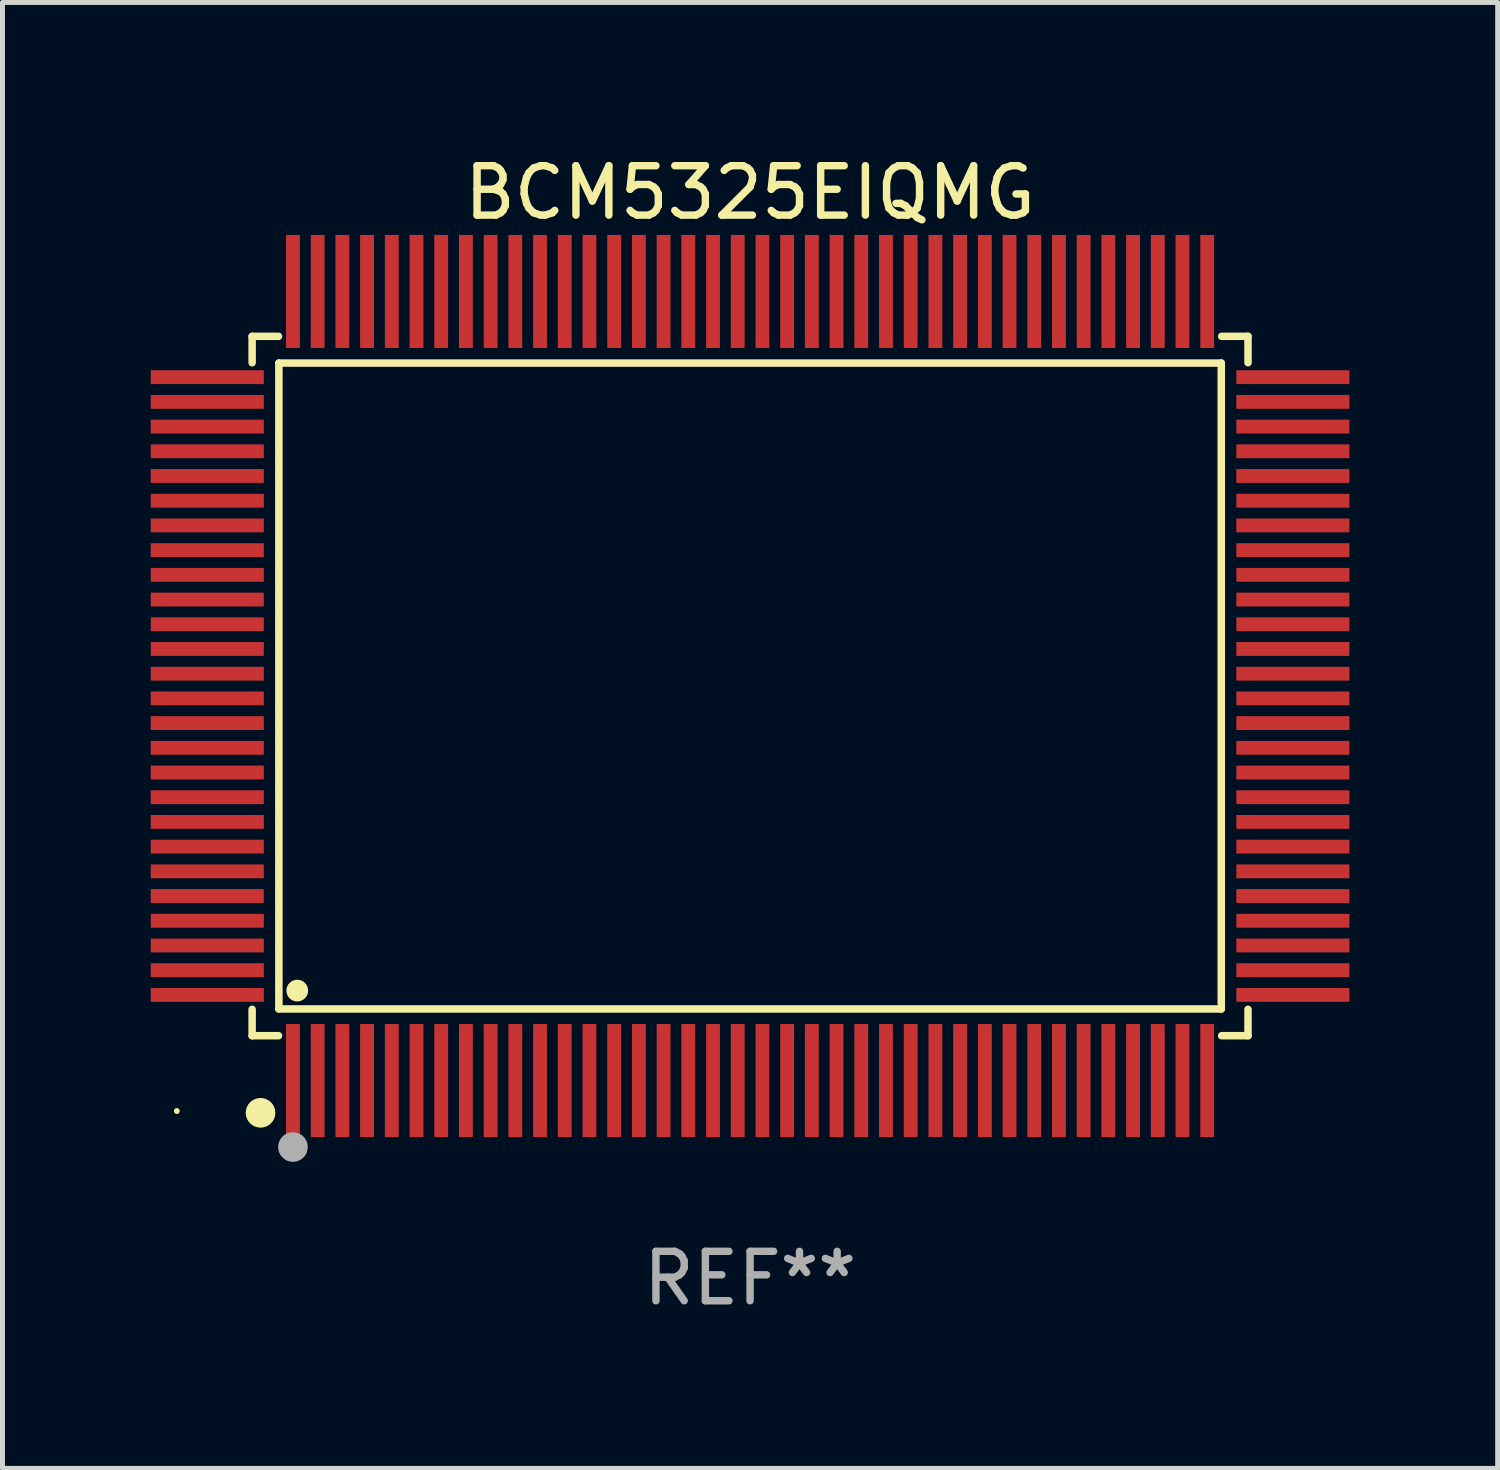
<source format=kicad_pcb>
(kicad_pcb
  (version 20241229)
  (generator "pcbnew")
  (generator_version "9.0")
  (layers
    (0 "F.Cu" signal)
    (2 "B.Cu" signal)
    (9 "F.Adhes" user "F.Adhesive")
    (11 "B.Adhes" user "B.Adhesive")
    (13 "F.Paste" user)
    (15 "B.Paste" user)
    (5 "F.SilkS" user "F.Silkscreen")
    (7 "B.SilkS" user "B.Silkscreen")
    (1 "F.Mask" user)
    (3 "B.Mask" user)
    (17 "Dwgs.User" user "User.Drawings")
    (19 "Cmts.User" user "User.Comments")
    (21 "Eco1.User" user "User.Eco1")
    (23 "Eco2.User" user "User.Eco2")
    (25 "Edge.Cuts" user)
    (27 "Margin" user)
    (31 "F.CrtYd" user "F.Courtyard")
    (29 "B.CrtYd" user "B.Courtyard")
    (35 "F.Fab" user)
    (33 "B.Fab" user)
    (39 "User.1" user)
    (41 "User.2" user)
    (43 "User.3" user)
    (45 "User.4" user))
  (footprint "BCM5325EIQMG"
    (layer "F.Cu")
    (at 12.128 10.832)
    (property "Reference" "BCM5325EIQMG" (at 0 -9.984 0) (layer "F.SilkS") (effects (font (size 1 1) (thickness 0.15))))
    (attr through_hole)
    (fp_line (start -10.076 -7.076) (end -10.076 -6.542) (stroke (width 0.152) (type solid)) (layer "F.SilkS"))
    (fp_line (start -10.076 7.076) (end -10.076 6.542) (stroke (width 0.152) (type solid)) (layer "F.SilkS"))
    (fp_line (start -9.542 -7.076) (end -10.076 -7.076) (stroke (width 0.152) (type solid)) (layer "F.SilkS"))
    (fp_line (start -9.542 7.076) (end -10.076 7.076) (stroke (width 0.152) (type solid)) (layer "F.SilkS"))
    (fp_line (start -9.535 -6.535) (end 9.535 -6.535) (stroke (width 0.152) (type solid)) (layer "F.SilkS"))
    (fp_line (start -9.535 6.535) (end -9.535 -6.535) (stroke (width 0.152) (type solid)) (layer "F.SilkS"))
    (fp_line (start 9.535 -6.535) (end 9.535 6.535) (stroke (width 0.152) (type solid)) (layer "F.SilkS"))
    (fp_line (start 9.535 6.535) (end -9.535 6.535) (stroke (width 0.152) (type solid)) (layer "F.SilkS"))
    (fp_line (start 9.542 -7.076) (end 10.076 -7.076) (stroke (width 0.152) (type solid)) (layer "F.SilkS"))
    (fp_line (start 9.542 7.076) (end 10.076 7.076) (stroke (width 0.152) (type solid)) (layer "F.SilkS"))
    (fp_line (start 10.076 -7.076) (end 10.076 -6.542) (stroke (width 0.152) (type solid)) (layer "F.SilkS"))
    (fp_line (start 10.076 7.076) (end 10.076 6.542) (stroke (width 0.152) (type solid)) (layer "F.SilkS"))
    (fp_circle (center -11.6 8.6) (end -11.57 8.6) (stroke (width 0.06) (type solid)) (fill no) (layer "F.SilkS"))
    (fp_circle (center -9.906 8.636) (end -9.756 8.636) (stroke (width 0.3) (type solid)) (fill no) (layer "F.SilkS"))
    (fp_circle (center -9.163 6.163) (end -9.053 6.163) (stroke (width 0.22) (type solid)) (fill no) (layer "F.SilkS"))
    (fp_circle (center -9.25 9.329) (end -9.1 9.329) (stroke (width 0.3) (type solid)) (fill no) (layer "F.Fab"))
    (fp_text user "REF**" (at 0 11.984 0) (layer "F.Fab") (effects (font (size 1 1) (thickness 0.15))))
    (pad "1" smd rect (at -9.25 7.984) (size 0.28 2.288) (layers "F.Cu" "F.Mask" "F.Paste"))
    (pad "2" smd rect (at -8.75 7.984) (size 0.28 2.288) (layers "F.Cu" "F.Mask" "F.Paste"))
    (pad "3" smd rect (at -8.25 7.984) (size 0.28 2.288) (layers "F.Cu" "F.Mask" "F.Paste"))
    (pad "4" smd rect (at -7.75 7.984) (size 0.28 2.288) (layers "F.Cu" "F.Mask" "F.Paste"))
    (pad "5" smd rect (at -7.25 7.984) (size 0.28 2.288) (layers "F.Cu" "F.Mask" "F.Paste"))
    (pad "6" smd rect (at -6.75 7.984) (size 0.28 2.288) (layers "F.Cu" "F.Mask" "F.Paste"))
    (pad "7" smd rect (at -6.25 7.984) (size 0.28 2.288) (layers "F.Cu" "F.Mask" "F.Paste"))
    (pad "8" smd rect (at -5.75 7.984) (size 0.28 2.288) (layers "F.Cu" "F.Mask" "F.Paste"))
    (pad "9" smd rect (at -5.25 7.984) (size 0.28 2.288) (layers "F.Cu" "F.Mask" "F.Paste"))
    (pad "10" smd rect (at -4.75 7.984) (size 0.28 2.288) (layers "F.Cu" "F.Mask" "F.Paste"))
    (pad "11" smd rect (at -4.25 7.984) (size 0.28 2.288) (layers "F.Cu" "F.Mask" "F.Paste"))
    (pad "12" smd rect (at -3.75 7.984) (size 0.28 2.288) (layers "F.Cu" "F.Mask" "F.Paste"))
    (pad "13" smd rect (at -3.25 7.984) (size 0.28 2.288) (layers "F.Cu" "F.Mask" "F.Paste"))
    (pad "14" smd rect (at -2.75 7.984) (size 0.28 2.288) (layers "F.Cu" "F.Mask" "F.Paste"))
    (pad "15" smd rect (at -2.25 7.984) (size 0.28 2.288) (layers "F.Cu" "F.Mask" "F.Paste"))
    (pad "16" smd rect (at -1.75 7.984) (size 0.28 2.288) (layers "F.Cu" "F.Mask" "F.Paste"))
    (pad "17" smd rect (at -1.25 7.984) (size 0.28 2.288) (layers "F.Cu" "F.Mask" "F.Paste"))
    (pad "18" smd rect (at -0.75 7.984) (size 0.28 2.288) (layers "F.Cu" "F.Mask" "F.Paste"))
    (pad "19" smd rect (at -0.25 7.984) (size 0.28 2.288) (layers "F.Cu" "F.Mask" "F.Paste"))
    (pad "20" smd rect (at 0.25 7.984) (size 0.28 2.288) (layers "F.Cu" "F.Mask" "F.Paste"))
    (pad "21" smd rect (at 0.75 7.984) (size 0.28 2.288) (layers "F.Cu" "F.Mask" "F.Paste"))
    (pad "22" smd rect (at 1.25 7.984) (size 0.28 2.288) (layers "F.Cu" "F.Mask" "F.Paste"))
    (pad "23" smd rect (at 1.75 7.984) (size 0.28 2.288) (layers "F.Cu" "F.Mask" "F.Paste"))
    (pad "24" smd rect (at 2.25 7.984) (size 0.28 2.288) (layers "F.Cu" "F.Mask" "F.Paste"))
    (pad "25" smd rect (at 2.75 7.984) (size 0.28 2.288) (layers "F.Cu" "F.Mask" "F.Paste"))
    (pad "26" smd rect (at 3.25 7.984) (size 0.28 2.288) (layers "F.Cu" "F.Mask" "F.Paste"))
    (pad "27" smd rect (at 3.75 7.984) (size 0.28 2.288) (layers "F.Cu" "F.Mask" "F.Paste"))
    (pad "28" smd rect (at 4.25 7.984) (size 0.28 2.288) (layers "F.Cu" "F.Mask" "F.Paste"))
    (pad "29" smd rect (at 4.75 7.984) (size 0.28 2.288) (layers "F.Cu" "F.Mask" "F.Paste"))
    (pad "30" smd rect (at 5.25 7.984) (size 0.28 2.288) (layers "F.Cu" "F.Mask" "F.Paste"))
    (pad "31" smd rect (at 5.75 7.984) (size 0.28 2.288) (layers "F.Cu" "F.Mask" "F.Paste"))
    (pad "32" smd rect (at 6.25 7.984) (size 0.28 2.288) (layers "F.Cu" "F.Mask" "F.Paste"))
    (pad "33" smd rect (at 6.75 7.984) (size 0.28 2.288) (layers "F.Cu" "F.Mask" "F.Paste"))
    (pad "34" smd rect (at 7.25 7.984) (size 0.28 2.288) (layers "F.Cu" "F.Mask" "F.Paste"))
    (pad "35" smd rect (at 7.75 7.984) (size 0.28 2.288) (layers "F.Cu" "F.Mask" "F.Paste"))
    (pad "36" smd rect (at 8.25 7.984) (size 0.28 2.288) (layers "F.Cu" "F.Mask" "F.Paste"))
    (pad "37" smd rect (at 8.75 7.984) (size 0.28 2.288) (layers "F.Cu" "F.Mask" "F.Paste"))
    (pad "38" smd rect (at 9.25 7.984) (size 0.28 2.288) (layers "F.Cu" "F.Mask" "F.Paste"))
    (pad "39" smd rect (at 10.984 6.25) (size 2.288 0.28) (layers "F.Cu" "F.Mask" "F.Paste"))
    (pad "40" smd rect (at 10.984 5.75) (size 2.288 0.28) (layers "F.Cu" "F.Mask" "F.Paste"))
    (pad "41" smd rect (at 10.984 5.25) (size 2.288 0.28) (layers "F.Cu" "F.Mask" "F.Paste"))
    (pad "42" smd rect (at 10.984 4.75) (size 2.288 0.28) (layers "F.Cu" "F.Mask" "F.Paste"))
    (pad "43" smd rect (at 10.984 4.25) (size 2.288 0.28) (layers "F.Cu" "F.Mask" "F.Paste"))
    (pad "44" smd rect (at 10.984 3.75) (size 2.288 0.28) (layers "F.Cu" "F.Mask" "F.Paste"))
    (pad "45" smd rect (at 10.984 3.25) (size 2.288 0.28) (layers "F.Cu" "F.Mask" "F.Paste"))
    (pad "46" smd rect (at 10.984 2.75) (size 2.288 0.28) (layers "F.Cu" "F.Mask" "F.Paste"))
    (pad "47" smd rect (at 10.984 2.25) (size 2.288 0.28) (layers "F.Cu" "F.Mask" "F.Paste"))
    (pad "48" smd rect (at 10.984 1.75) (size 2.288 0.28) (layers "F.Cu" "F.Mask" "F.Paste"))
    (pad "49" smd rect (at 10.984 1.25) (size 2.288 0.28) (layers "F.Cu" "F.Mask" "F.Paste"))
    (pad "50" smd rect (at 10.984 0.75) (size 2.288 0.28) (layers "F.Cu" "F.Mask" "F.Paste"))
    (pad "51" smd rect (at 10.984 0.25) (size 2.288 0.28) (layers "F.Cu" "F.Mask" "F.Paste"))
    (pad "52" smd rect (at 10.984 -0.25) (size 2.288 0.28) (layers "F.Cu" "F.Mask" "F.Paste"))
    (pad "53" smd rect (at 10.984 -0.75) (size 2.288 0.28) (layers "F.Cu" "F.Mask" "F.Paste"))
    (pad "54" smd rect (at 10.984 -1.25) (size 2.288 0.28) (layers "F.Cu" "F.Mask" "F.Paste"))
    (pad "55" smd rect (at 10.984 -1.75) (size 2.288 0.28) (layers "F.Cu" "F.Mask" "F.Paste"))
    (pad "56" smd rect (at 10.984 -2.25) (size 2.288 0.28) (layers "F.Cu" "F.Mask" "F.Paste"))
    (pad "57" smd rect (at 10.984 -2.75) (size 2.288 0.28) (layers "F.Cu" "F.Mask" "F.Paste"))
    (pad "58" smd rect (at 10.984 -3.25) (size 2.288 0.28) (layers "F.Cu" "F.Mask" "F.Paste"))
    (pad "59" smd rect (at 10.984 -3.75) (size 2.288 0.28) (layers "F.Cu" "F.Mask" "F.Paste"))
    (pad "60" smd rect (at 10.984 -4.25) (size 2.288 0.28) (layers "F.Cu" "F.Mask" "F.Paste"))
    (pad "61" smd rect (at 10.984 -4.75) (size 2.288 0.28) (layers "F.Cu" "F.Mask" "F.Paste"))
    (pad "62" smd rect (at 10.984 -5.25) (size 2.288 0.28) (layers "F.Cu" "F.Mask" "F.Paste"))
    (pad "63" smd rect (at 10.984 -5.75) (size 2.288 0.28) (layers "F.Cu" "F.Mask" "F.Paste"))
    (pad "64" smd rect (at 10.984 -6.25) (size 2.288 0.28) (layers "F.Cu" "F.Mask" "F.Paste"))
    (pad "65" smd rect (at 9.25 -7.984) (size 0.28 2.288) (layers "F.Cu" "F.Mask" "F.Paste"))
    (pad "66" smd rect (at 8.75 -7.984) (size 0.28 2.288) (layers "F.Cu" "F.Mask" "F.Paste"))
    (pad "67" smd rect (at 8.25 -7.984) (size 0.28 2.288) (layers "F.Cu" "F.Mask" "F.Paste"))
    (pad "68" smd rect (at 7.75 -7.984) (size 0.28 2.288) (layers "F.Cu" "F.Mask" "F.Paste"))
    (pad "69" smd rect (at 7.25 -7.984) (size 0.28 2.288) (layers "F.Cu" "F.Mask" "F.Paste"))
    (pad "70" smd rect (at 6.75 -7.984) (size 0.28 2.288) (layers "F.Cu" "F.Mask" "F.Paste"))
    (pad "71" smd rect (at 6.25 -7.984) (size 0.28 2.288) (layers "F.Cu" "F.Mask" "F.Paste"))
    (pad "72" smd rect (at 5.75 -7.984) (size 0.28 2.288) (layers "F.Cu" "F.Mask" "F.Paste"))
    (pad "73" smd rect (at 5.25 -7.984) (size 0.28 2.288) (layers "F.Cu" "F.Mask" "F.Paste"))
    (pad "74" smd rect (at 4.75 -7.984) (size 0.28 2.288) (layers "F.Cu" "F.Mask" "F.Paste"))
    (pad "75" smd rect (at 4.25 -7.984) (size 0.28 2.288) (layers "F.Cu" "F.Mask" "F.Paste"))
    (pad "76" smd rect (at 3.75 -7.984) (size 0.28 2.288) (layers "F.Cu" "F.Mask" "F.Paste"))
    (pad "77" smd rect (at 3.25 -7.984) (size 0.28 2.288) (layers "F.Cu" "F.Mask" "F.Paste"))
    (pad "78" smd rect (at 2.75 -7.984) (size 0.28 2.288) (layers "F.Cu" "F.Mask" "F.Paste"))
    (pad "79" smd rect (at 2.25 -7.984) (size 0.28 2.288) (layers "F.Cu" "F.Mask" "F.Paste"))
    (pad "80" smd rect (at 1.75 -7.984) (size 0.28 2.288) (layers "F.Cu" "F.Mask" "F.Paste"))
    (pad "81" smd rect (at 1.25 -7.984) (size 0.28 2.288) (layers "F.Cu" "F.Mask" "F.Paste"))
    (pad "82" smd rect (at 0.75 -7.984) (size 0.28 2.288) (layers "F.Cu" "F.Mask" "F.Paste"))
    (pad "83" smd rect (at 0.25 -7.984) (size 0.28 2.288) (layers "F.Cu" "F.Mask" "F.Paste"))
    (pad "84" smd rect (at -0.25 -7.984) (size 0.28 2.288) (layers "F.Cu" "F.Mask" "F.Paste"))
    (pad "85" smd rect (at -0.75 -7.984) (size 0.28 2.288) (layers "F.Cu" "F.Mask" "F.Paste"))
    (pad "86" smd rect (at -1.25 -7.984) (size 0.28 2.288) (layers "F.Cu" "F.Mask" "F.Paste"))
    (pad "87" smd rect (at -1.75 -7.984) (size 0.28 2.288) (layers "F.Cu" "F.Mask" "F.Paste"))
    (pad "88" smd rect (at -2.25 -7.984) (size 0.28 2.288) (layers "F.Cu" "F.Mask" "F.Paste"))
    (pad "89" smd rect (at -2.75 -7.984) (size 0.28 2.288) (layers "F.Cu" "F.Mask" "F.Paste"))
    (pad "90" smd rect (at -3.25 -7.984) (size 0.28 2.288) (layers "F.Cu" "F.Mask" "F.Paste"))
    (pad "91" smd rect (at -3.75 -7.984) (size 0.28 2.288) (layers "F.Cu" "F.Mask" "F.Paste"))
    (pad "92" smd rect (at -4.25 -7.984) (size 0.28 2.288) (layers "F.Cu" "F.Mask" "F.Paste"))
    (pad "93" smd rect (at -4.75 -7.984) (size 0.28 2.288) (layers "F.Cu" "F.Mask" "F.Paste"))
    (pad "94" smd rect (at -5.25 -7.984) (size 0.28 2.288) (layers "F.Cu" "F.Mask" "F.Paste"))
    (pad "95" smd rect (at -5.75 -7.984) (size 0.28 2.288) (layers "F.Cu" "F.Mask" "F.Paste"))
    (pad "96" smd rect (at -6.25 -7.984) (size 0.28 2.288) (layers "F.Cu" "F.Mask" "F.Paste"))
    (pad "97" smd rect (at -6.75 -7.984) (size 0.28 2.288) (layers "F.Cu" "F.Mask" "F.Paste"))
    (pad "98" smd rect (at -7.25 -7.984) (size 0.28 2.288) (layers "F.Cu" "F.Mask" "F.Paste"))
    (pad "99" smd rect (at -7.75 -7.984) (size 0.28 2.288) (layers "F.Cu" "F.Mask" "F.Paste"))
    (pad "100" smd rect (at -8.25 -7.984) (size 0.28 2.288) (layers "F.Cu" "F.Mask" "F.Paste"))
    (pad "101" smd rect (at -8.75 -7.984) (size 0.28 2.288) (layers "F.Cu" "F.Mask" "F.Paste"))
    (pad "102" smd rect (at -9.25 -7.984) (size 0.28 2.288) (layers "F.Cu" "F.Mask" "F.Paste"))
    (pad "103" smd rect (at -10.984 -6.25) (size 2.288 0.28) (layers "F.Cu" "F.Mask" "F.Paste"))
    (pad "104" smd rect (at -10.984 -5.75) (size 2.288 0.28) (layers "F.Cu" "F.Mask" "F.Paste"))
    (pad "105" smd rect (at -10.984 -5.25) (size 2.288 0.28) (layers "F.Cu" "F.Mask" "F.Paste"))
    (pad "106" smd rect (at -10.984 -4.75) (size 2.288 0.28) (layers "F.Cu" "F.Mask" "F.Paste"))
    (pad "107" smd rect (at -10.984 -4.25) (size 2.288 0.28) (layers "F.Cu" "F.Mask" "F.Paste"))
    (pad "108" smd rect (at -10.984 -3.75) (size 2.288 0.28) (layers "F.Cu" "F.Mask" "F.Paste"))
    (pad "109" smd rect (at -10.984 -3.25) (size 2.288 0.28) (layers "F.Cu" "F.Mask" "F.Paste"))
    (pad "110" smd rect (at -10.984 -2.75) (size 2.288 0.28) (layers "F.Cu" "F.Mask" "F.Paste"))
    (pad "111" smd rect (at -10.984 -2.25) (size 2.288 0.28) (layers "F.Cu" "F.Mask" "F.Paste"))
    (pad "112" smd rect (at -10.984 -1.75) (size 2.288 0.28) (layers "F.Cu" "F.Mask" "F.Paste"))
    (pad "113" smd rect (at -10.984 -1.25) (size 2.288 0.28) (layers "F.Cu" "F.Mask" "F.Paste"))
    (pad "114" smd rect (at -10.984 -0.75) (size 2.288 0.28) (layers "F.Cu" "F.Mask" "F.Paste"))
    (pad "115" smd rect (at -10.984 -0.25) (size 2.288 0.28) (layers "F.Cu" "F.Mask" "F.Paste"))
    (pad "116" smd rect (at -10.984 0.25) (size 2.288 0.28) (layers "F.Cu" "F.Mask" "F.Paste"))
    (pad "117" smd rect (at -10.984 0.75) (size 2.288 0.28) (layers "F.Cu" "F.Mask" "F.Paste"))
    (pad "118" smd rect (at -10.984 1.25) (size 2.288 0.28) (layers "F.Cu" "F.Mask" "F.Paste"))
    (pad "119" smd rect (at -10.984 1.75) (size 2.288 0.28) (layers "F.Cu" "F.Mask" "F.Paste"))
    (pad "120" smd rect (at -10.984 2.25) (size 2.288 0.28) (layers "F.Cu" "F.Mask" "F.Paste"))
    (pad "121" smd rect (at -10.984 2.75) (size 2.288 0.28) (layers "F.Cu" "F.Mask" "F.Paste"))
    (pad "122" smd rect (at -10.984 3.25) (size 2.288 0.28) (layers "F.Cu" "F.Mask" "F.Paste"))
    (pad "123" smd rect (at -10.984 3.75) (size 2.288 0.28) (layers "F.Cu" "F.Mask" "F.Paste"))
    (pad "124" smd rect (at -10.984 4.25) (size 2.288 0.28) (layers "F.Cu" "F.Mask" "F.Paste"))
    (pad "125" smd rect (at -10.984 4.75) (size 2.288 0.28) (layers "F.Cu" "F.Mask" "F.Paste"))
    (pad "126" smd rect (at -10.984 5.25) (size 2.288 0.28) (layers "F.Cu" "F.Mask" "F.Paste"))
    (pad "127" smd rect (at -10.984 5.75) (size 2.288 0.28) (layers "F.Cu" "F.Mask" "F.Paste"))
    (pad "128" smd rect (at -10.984 6.25) (size 2.288 0.28) (layers "F.Cu" "F.Mask" "F.Paste")))
  (gr_rect
    (start -3 -3)
    (end 27.256 26.664)
    (stroke (width 0.1) (type default))
    (fill no)
    (layer "Edge.Cuts")))
</source>
